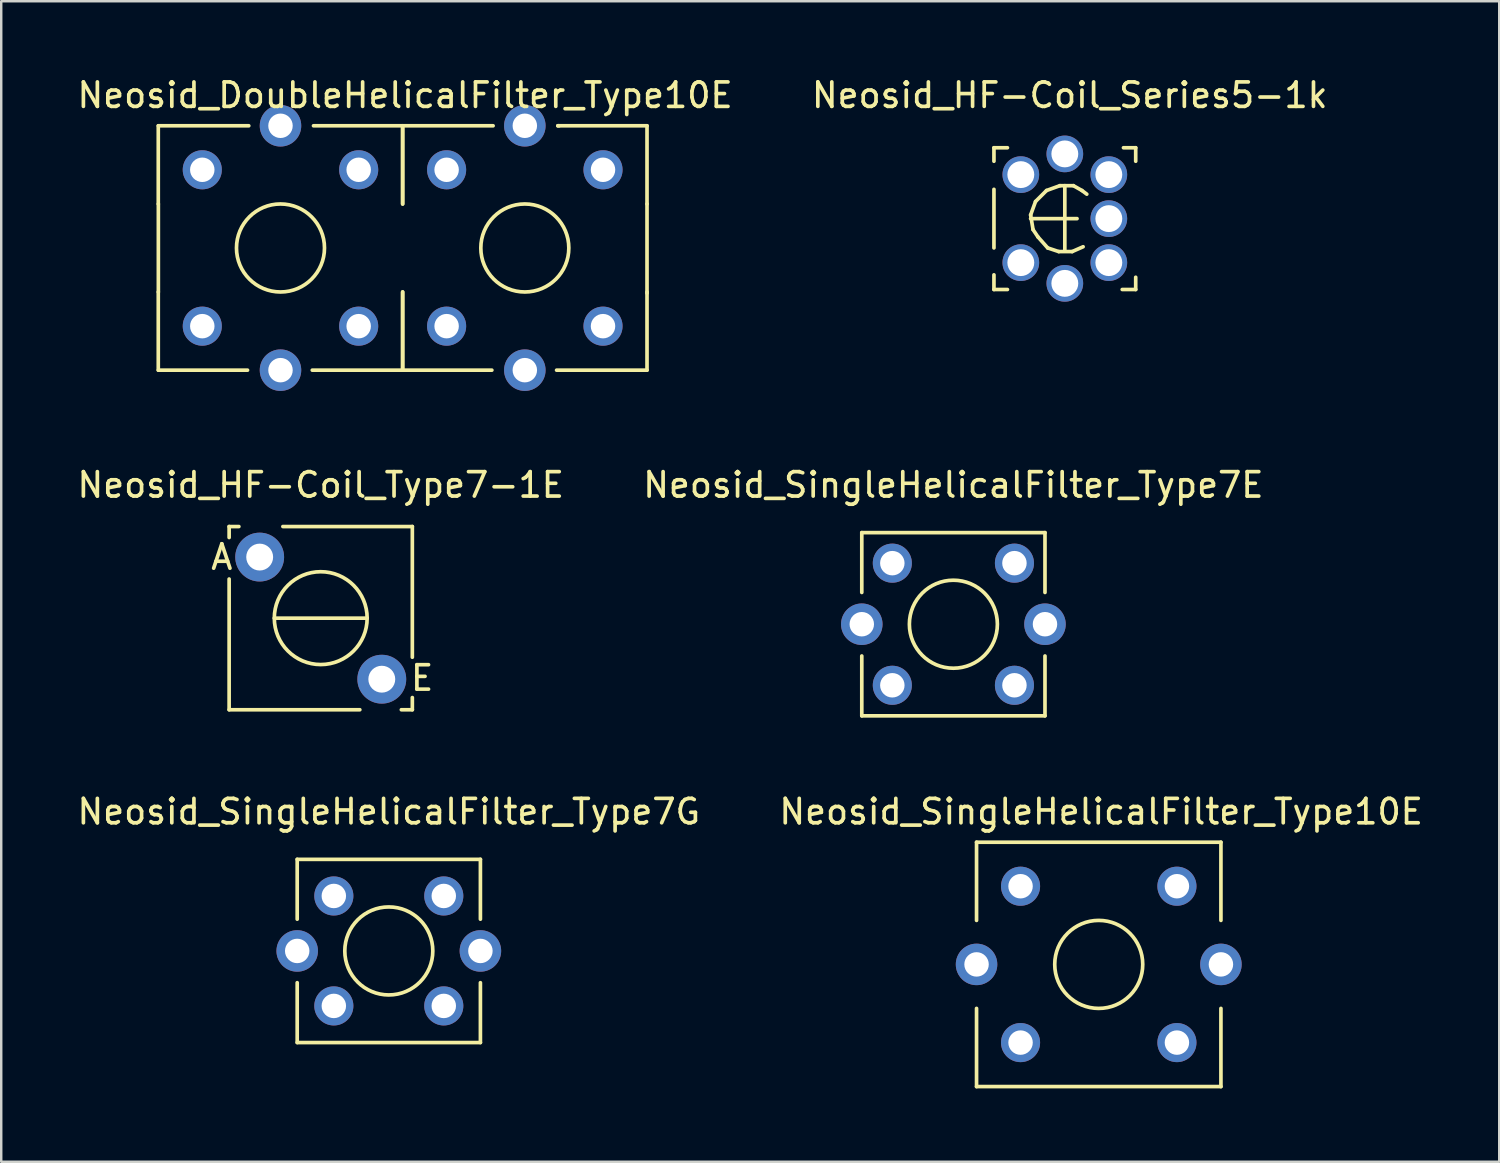
<source format=kicad_pcb>
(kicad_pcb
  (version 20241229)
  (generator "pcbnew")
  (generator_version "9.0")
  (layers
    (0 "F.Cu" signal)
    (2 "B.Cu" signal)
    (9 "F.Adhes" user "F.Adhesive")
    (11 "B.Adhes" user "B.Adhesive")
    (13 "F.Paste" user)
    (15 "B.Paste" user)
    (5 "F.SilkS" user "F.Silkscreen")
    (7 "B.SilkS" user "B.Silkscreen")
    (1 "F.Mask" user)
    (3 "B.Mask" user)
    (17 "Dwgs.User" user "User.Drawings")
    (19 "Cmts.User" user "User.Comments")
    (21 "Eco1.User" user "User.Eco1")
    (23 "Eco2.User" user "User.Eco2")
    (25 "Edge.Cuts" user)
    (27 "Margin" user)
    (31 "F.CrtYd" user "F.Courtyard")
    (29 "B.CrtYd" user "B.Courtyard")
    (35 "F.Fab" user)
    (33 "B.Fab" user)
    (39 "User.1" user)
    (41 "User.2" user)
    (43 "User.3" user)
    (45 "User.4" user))
  (footprint "Neosid_SingleHelicalFilter_Type7E"
    (layer "F.Cu")
    (at 35.97 22.498)
    (property "Reference" "Neosid_SingleHelicalFilter_Type7E" (at 0 -5.7 0) (layer "F.SilkS") (effects (font (size 1 1) (thickness 0.15))))
    (attr through_hole)
    (fp_line (start -3.749 -3.749) (end -3.749 -1.3) (stroke (width 0.15) (type solid)) (layer "F.SilkS"))
    (fp_line (start -3.749 1.3) (end -3.749 3.749) (stroke (width 0.15) (type solid)) (layer "F.SilkS"))
    (fp_line (start -3.749 3.749) (end 3.749 3.749) (stroke (width 0.15) (type solid)) (layer "F.SilkS"))
    (fp_line (start 3.749 -3.749) (end -3.749 -3.749) (stroke (width 0.15) (type solid)) (layer "F.SilkS"))
    (fp_line (start 3.749 -1.3) (end 3.749 -3.749) (stroke (width 0.15) (type solid)) (layer "F.SilkS"))
    (fp_line (start 3.749 3.749) (end 3.749 1.3) (stroke (width 0.15) (type solid)) (layer "F.SilkS"))
    (fp_circle (center 0 0) (end 1.801 0) (stroke (width 0.15) (type solid)) (fill no) (layer "F.SilkS"))
    (pad "1" thru_hole circle (at 2.499 2.499 90) (size 1.6 1.6) (drill 1.001) (layers "*.Cu" "*.Mask"))
    (pad "2" thru_hole circle (at 2.499 -2.499 90) (size 1.6 1.6) (drill 1.001) (layers "*.Cu" "*.Mask"))
    (pad "4" thru_hole circle (at -2.499 -2.499 90) (size 1.6 1.6) (drill 1.001) (layers "*.Cu" "*.Mask"))
    (pad "5" thru_hole circle (at -2.499 2.499 90) (size 1.6 1.6) (drill 1.001) (layers "*.Cu" "*.Mask"))
    (pad "~" thru_hole circle (at -3.749 0 90) (size 1.699 1.699) (drill 1.001) (layers "*.Cu" "*.Mask"))
    (pad "~" thru_hole circle (at 3.749 0 90) (size 1.699 1.699) (drill 1.001) (layers "*.Cu" "*.Mask")))
  (footprint "Neosid_SingleHelicalFilter_Type10E"
    (layer "F.Cu")
    (at 41.919 36.421)
    (property "Reference" "Neosid_SingleHelicalFilter_Type10E" (at 0.099 -6.251 0) (layer "F.SilkS") (effects (font (size 1 1) (thickness 0.15))))
    (attr through_hole)
    (fp_line (start -5.001 -5.001) (end -5.001 -1.801) (stroke (width 0.15) (type solid)) (layer "F.SilkS"))
    (fp_line (start -5.001 1.801) (end -5.001 5.001) (stroke (width 0.15) (type solid)) (layer "F.SilkS"))
    (fp_line (start -5.001 5.001) (end 5.001 5.001) (stroke (width 0.15) (type solid)) (layer "F.SilkS"))
    (fp_line (start 5.001 -5.001) (end -5.001 -5.001) (stroke (width 0.15) (type solid)) (layer "F.SilkS"))
    (fp_line (start 5.001 -1.801) (end 5.001 -5.001) (stroke (width 0.15) (type solid)) (layer "F.SilkS"))
    (fp_line (start 5.001 5.001) (end 5.001 1.801) (stroke (width 0.15) (type solid)) (layer "F.SilkS"))
    (fp_circle (center 0 0) (end 1.801 0) (stroke (width 0.15) (type solid)) (fill no) (layer "F.SilkS"))
    (pad "1" thru_hole circle (at 3.2 3.2 90) (size 1.6 1.6) (drill 1.001) (layers "*.Cu" "*.Mask"))
    (pad "2" thru_hole circle (at 3.2 -3.2 90) (size 1.6 1.6) (drill 1.001) (layers "*.Cu" "*.Mask"))
    (pad "4" thru_hole circle (at -3.2 -3.2 90) (size 1.6 1.6) (drill 1.001) (layers "*.Cu" "*.Mask"))
    (pad "5" thru_hole circle (at -3.2 3.2 90) (size 1.6 1.6) (drill 1.001) (layers "*.Cu" "*.Mask"))
    (pad "~" thru_hole circle (at -5.001 0 90) (size 1.699 1.699) (drill 1.001) (layers "*.Cu" "*.Mask"))
    (pad "~" thru_hole circle (at 5.001 0 90) (size 1.699 1.699) (drill 1.001) (layers "*.Cu" "*.Mask")))
  (footprint "Neosid_HF-Coil_Series5-1k"
    (layer "F.Cu")
    (at 40.531 5.898)
    (property "Reference" "Neosid_HF-Coil_Series5-1k" (at 0.201 -5.05 0) (layer "F.SilkS") (effects (font (size 1 1) (thickness 0.15))))
    (attr through_hole)
    (fp_line (start -2.901 -2.901) (end -2.901 -2.349) (stroke (width 0.15) (type solid)) (layer "F.SilkS"))
    (fp_line (start -2.901 -2.901) (end -2.349 -2.901) (stroke (width 0.15) (type solid)) (layer "F.SilkS"))
    (fp_line (start -2.901 1.199) (end -2.901 -1.199) (stroke (width 0.15) (type solid)) (layer "F.SilkS"))
    (fp_line (start -2.901 2.901) (end -2.901 2.301) (stroke (width 0.15) (type solid)) (layer "F.SilkS"))
    (fp_line (start -2.901 2.901) (end -2.349 2.901) (stroke (width 0.15) (type solid)) (layer "F.SilkS"))
    (fp_line (start -1.4 -0.15) (end -1.3 0.45) (stroke (width 0.15) (type solid)) (layer "F.SilkS"))
    (fp_line (start -1.4 0) (end 0.5 0) (stroke (width 0.15) (type solid)) (layer "F.SilkS"))
    (fp_line (start -1.3 0.45) (end -1.1 0.749) (stroke (width 0.15) (type solid)) (layer "F.SilkS"))
    (fp_line (start -1.199 -0.701) (end -1.4 -0.15) (stroke (width 0.15) (type solid)) (layer "F.SilkS"))
    (fp_line (start -1.1 0.749) (end -0.701 1.199) (stroke (width 0.15) (type solid)) (layer "F.SilkS"))
    (fp_line (start -0.749 -1.151) (end -1.199 -0.701) (stroke (width 0.15) (type solid)) (layer "F.SilkS"))
    (fp_line (start -0.701 1.199) (end -0.249 1.349) (stroke (width 0.15) (type solid)) (layer "F.SilkS"))
    (fp_line (start -0.249 1.349) (end 0.3 1.349) (stroke (width 0.15) (type solid)) (layer "F.SilkS"))
    (fp_line (start -0.201 -1.349) (end -0.749 -1.151) (stroke (width 0.15) (type solid)) (layer "F.SilkS"))
    (fp_line (start 0 -1.349) (end 0 1.3) (stroke (width 0.15) (type solid)) (layer "F.SilkS"))
    (fp_line (start 0.3 1.349) (end 0.749 1.151) (stroke (width 0.15) (type solid)) (layer "F.SilkS"))
    (fp_line (start 0.351 -1.349) (end -0.201 -1.349) (stroke (width 0.15) (type solid)) (layer "F.SilkS"))
    (fp_line (start 0.701 -1.151) (end 0.351 -1.349) (stroke (width 0.15) (type solid)) (layer "F.SilkS"))
    (fp_line (start 0.899 -1.001) (end 0.701 -1.151) (stroke (width 0.15) (type solid)) (layer "F.SilkS"))
    (fp_line (start 2.901 -2.901) (end 2.4 -2.901) (stroke (width 0.15) (type solid)) (layer "F.SilkS"))
    (fp_line (start 2.901 -2.901) (end 2.901 -2.349) (stroke (width 0.15) (type solid)) (layer "F.SilkS"))
    (fp_line (start 2.901 2.901) (end 2.349 2.901) (stroke (width 0.15) (type solid)) (layer "F.SilkS"))
    (fp_line (start 2.901 2.901) (end 2.901 2.4) (stroke (width 0.15) (type solid)) (layer "F.SilkS"))
    (pad "1" thru_hole circle (at -1.801 -1.801 90) (size 1.501 1.501) (drill 1.1) (layers "*.Cu" "*.Mask"))
    (pad "2" thru_hole circle (at 0 -2.649 90) (size 1.501 1.501) (drill 1.1) (layers "*.Cu" "*.Mask"))
    (pad "2" thru_hole circle (at 1.801 -1.801 90) (size 1.501 1.501) (drill 1.1) (layers "*.Cu" "*.Mask"))
    (pad "3" thru_hole circle (at 1.801 0 90) (size 1.501 1.501) (drill 1.1) (layers "*.Cu" "*.Mask"))
    (pad "4" thru_hole circle (at 1.801 1.801 90) (size 1.501 1.501) (drill 1.1) (layers "*.Cu" "*.Mask"))
    (pad "5" thru_hole circle (at 0 2.649 90) (size 1.501 1.501) (drill 1.1) (layers "*.Cu" "*.Mask"))
    (pad "6" thru_hole circle (at -1.801 1.801 90) (size 1.501 1.501) (drill 1.1) (layers "*.Cu" "*.Mask")))
  (footprint "Neosid_SingleHelicalFilter_Type7G"
    (layer "F.Cu")
    (at 12.863 35.87)
    (property "Reference" "Neosid_SingleHelicalFilter_Type7G" (at 0 -5.7 0) (layer "F.SilkS") (effects (font (size 1 1) (thickness 0.15))))
    (attr through_hole)
    (fp_line (start -3.749 -3.749) (end -3.749 -1.3) (stroke (width 0.15) (type solid)) (layer "F.SilkS"))
    (fp_line (start -3.749 1.3) (end -3.749 3.749) (stroke (width 0.15) (type solid)) (layer "F.SilkS"))
    (fp_line (start -3.749 3.749) (end 3.749 3.749) (stroke (width 0.15) (type solid)) (layer "F.SilkS"))
    (fp_line (start 3.749 -3.749) (end -3.749 -3.749) (stroke (width 0.15) (type solid)) (layer "F.SilkS"))
    (fp_line (start 3.749 -1.3) (end 3.749 -3.749) (stroke (width 0.15) (type solid)) (layer "F.SilkS"))
    (fp_line (start 3.749 3.749) (end 3.749 1.3) (stroke (width 0.15) (type solid)) (layer "F.SilkS"))
    (fp_circle (center 0 0) (end 1.801 0) (stroke (width 0.15) (type solid)) (fill no) (layer "F.SilkS"))
    (pad "1" thru_hole circle (at 2.25 2.25 90) (size 1.6 1.6) (drill 1.001) (layers "*.Cu" "*.Mask"))
    (pad "2" thru_hole circle (at 2.25 -2.25 90) (size 1.6 1.6) (drill 1.001) (layers "*.Cu" "*.Mask"))
    (pad "4" thru_hole circle (at -2.25 -2.25 90) (size 1.6 1.6) (drill 1.001) (layers "*.Cu" "*.Mask"))
    (pad "5" thru_hole circle (at -2.25 2.25 90) (size 1.6 1.6) (drill 1.001) (layers "*.Cu" "*.Mask"))
    (pad "~" thru_hole circle (at -3.749 0 90) (size 1.699 1.699) (drill 1.001) (layers "*.Cu" "*.Mask"))
    (pad "~" thru_hole circle (at 3.749 0 90) (size 1.699 1.699) (drill 1.001) (layers "*.Cu" "*.Mask")))
  (footprint "Neosid_HF-Coil_Type7-1E"
    (layer "F.Cu")
    (at 10.077 22.249)
    (property "Reference" "Neosid_HF-Coil_Type7-1E" (at 0 -5.451 0) (layer "F.SilkS") (effects (font (size 1 1) (thickness 0.15))))
    (attr through_hole)
    (fp_line (start -3.749 -3.749) (end -3.749 -3.299) (stroke (width 0.15) (type solid)) (layer "F.SilkS"))
    (fp_line (start -3.749 -3.749) (end -3.35 -3.749) (stroke (width 0.15) (type solid)) (layer "F.SilkS"))
    (fp_line (start -3.749 3.749) (end -3.749 -1.6) (stroke (width 0.15) (type solid)) (layer "F.SilkS"))
    (fp_line (start -3.749 3.749) (end 1.6 3.749) (stroke (width 0.15) (type solid)) (layer "F.SilkS"))
    (fp_line (start -1.9 0) (end 1.9 0) (stroke (width 0.15) (type solid)) (layer "F.SilkS"))
    (fp_line (start 3.749 -3.749) (end -1.549 -3.749) (stroke (width 0.15) (type solid)) (layer "F.SilkS"))
    (fp_line (start 3.749 -3.749) (end 3.749 1.6) (stroke (width 0.15) (type solid)) (layer "F.SilkS"))
    (fp_line (start 3.749 3.749) (end 3.299 3.749) (stroke (width 0.15) (type solid)) (layer "F.SilkS"))
    (fp_line (start 3.749 3.749) (end 3.749 3.251) (stroke (width 0.15) (type solid)) (layer "F.SilkS"))
    (fp_circle (center 0 0) (end 1.9 0) (stroke (width 0.15) (type solid)) (fill no) (layer "F.SilkS"))
    (fp_text user "A" (at -4.049 -2.499 0) (layer "F.SilkS") (effects (font (size 1 1) (thickness 0.15))))
    (fp_text user "E" (at 4.15 2.451 0) (layer "F.SilkS") (effects (font (size 1 1) (thickness 0.15))))
    (pad "1" thru_hole circle (at -2.499 -2.499 90) (size 1.999 1.999) (drill 1.1) (layers "*.Cu" "*.Mask"))
    (pad "2" thru_hole circle (at 2.499 2.499 90) (size 1.999 1.999) (drill 1.1) (layers "*.Cu" "*.Mask")))
  (footprint "Neosid_DoubleHelicalFilter_Type10E"
    (layer "F.Cu")
    (at 13.431 7.099)
    (property "Reference" "Neosid_DoubleHelicalFilter_Type10E" (at 0.099 -6.251 0) (layer "F.SilkS") (effects (font (size 1 1) (thickness 0.15))))
    (attr through_hole)
    (fp_line (start -10.003 -5.001) (end -10.003 -1.801) (stroke (width 0.15) (type solid)) (layer "F.SilkS"))
    (fp_line (start -10.003 1.801) (end -10.003 5.001) (stroke (width 0.15) (type solid)) (layer "F.SilkS"))
    (fp_line (start -10 -1.801) (end -10 1.801) (stroke (width 0.15) (type solid)) (layer "F.SilkS"))
    (fp_line (start -10 5.001) (end -6.35 5.001) (stroke (width 0.15) (type solid)) (layer "F.SilkS"))
    (fp_line (start -6.299 -5.001) (end -10 -5.001) (stroke (width 0.15) (type solid)) (layer "F.SilkS"))
    (fp_line (start -3.701 5.001) (end 3.65 5.001) (stroke (width 0.15) (type solid)) (layer "F.SilkS"))
    (fp_line (start -0.003 -5.001) (end -0.003 -1.801) (stroke (width 0.15) (type solid)) (layer "F.SilkS"))
    (fp_line (start -0.003 1.801) (end -0.003 5.001) (stroke (width 0.15) (type solid)) (layer "F.SilkS"))
    (fp_line (start 0 -1.801) (end 0 -5.001) (stroke (width 0.15) (type solid)) (layer "F.SilkS"))
    (fp_line (start 0 5.001) (end 0 1.801) (stroke (width 0.15) (type solid)) (layer "F.SilkS"))
    (fp_line (start 3.701 -5.001) (end -3.65 -5.001) (stroke (width 0.15) (type solid)) (layer "F.SilkS"))
    (fp_line (start 6.299 5.001) (end 10 5.001) (stroke (width 0.15) (type solid)) (layer "F.SilkS"))
    (fp_line (start 6.35 -5.001) (end 6.401 -5.001) (stroke (width 0.15) (type solid)) (layer "F.SilkS"))
    (fp_line (start 10 -5.001) (end 6.35 -5.001) (stroke (width 0.15) (type solid)) (layer "F.SilkS"))
    (fp_line (start 10 -1.801) (end 10 -5.001) (stroke (width 0.15) (type solid)) (layer "F.SilkS"))
    (fp_line (start 10 -1.801) (end 10 1.849) (stroke (width 0.15) (type solid)) (layer "F.SilkS"))
    (fp_line (start 10 5.001) (end 10 1.801) (stroke (width 0.15) (type solid)) (layer "F.SilkS"))
    (fp_circle (center -5.001 0) (end -3.2 0) (stroke (width 0.15) (type solid)) (fill no) (layer "F.SilkS"))
    (fp_circle (center 4.999 0) (end 6.8 0) (stroke (width 0.15) (type solid)) (fill no) (layer "F.SilkS"))
    (pad "1" thru_hole circle (at -1.801 3.2 90) (size 1.6 1.6) (drill 1.001) (layers "*.Cu" "*.Mask"))
    (pad "2" thru_hole circle (at -1.801 -3.2 90) (size 1.6 1.6) (drill 1.001) (layers "*.Cu" "*.Mask"))
    (pad "4" thru_hole circle (at -8.202 -3.2 90) (size 1.6 1.6) (drill 1.001) (layers "*.Cu" "*.Mask"))
    (pad "5" thru_hole circle (at -8.202 3.2 90) (size 1.6 1.6) (drill 1.001) (layers "*.Cu" "*.Mask"))
    (pad "21" thru_hole circle (at 8.199 3.2 90) (size 1.6 1.6) (drill 1.001) (layers "*.Cu" "*.Mask"))
    (pad "22" thru_hole circle (at 8.199 -3.2 90) (size 1.6 1.6) (drill 1.001) (layers "*.Cu" "*.Mask"))
    (pad "24" thru_hole circle (at 1.798 -3.2 90) (size 1.6 1.6) (drill 1.001) (layers "*.Cu" "*.Mask"))
    (pad "25" thru_hole circle (at 1.798 3.2 90) (size 1.6 1.6) (drill 1.001) (layers "*.Cu" "*.Mask"))
    (pad "~" thru_hole circle (at -5.001 -5.001 90) (size 1.699 1.699) (drill 1.001) (layers "*.Cu" "*.Mask"))
    (pad "~" thru_hole circle (at -5.001 5.001 90) (size 1.699 1.699) (drill 1.001) (layers "*.Cu" "*.Mask"))
    (pad "~" thru_hole circle (at 4.999 -5.001 90) (size 1.699 1.699) (drill 1.001) (layers "*.Cu" "*.Mask"))
    (pad "~" thru_hole circle (at 4.999 5.001 90) (size 1.699 1.699) (drill 1.001) (layers "*.Cu" "*.Mask")))
  (gr_rect
    (start -3 -3)
    (end 58.31 44.498)
    (stroke (width 0.1) (type default))
    (fill no)
    (layer "Edge.Cuts")))
</source>
